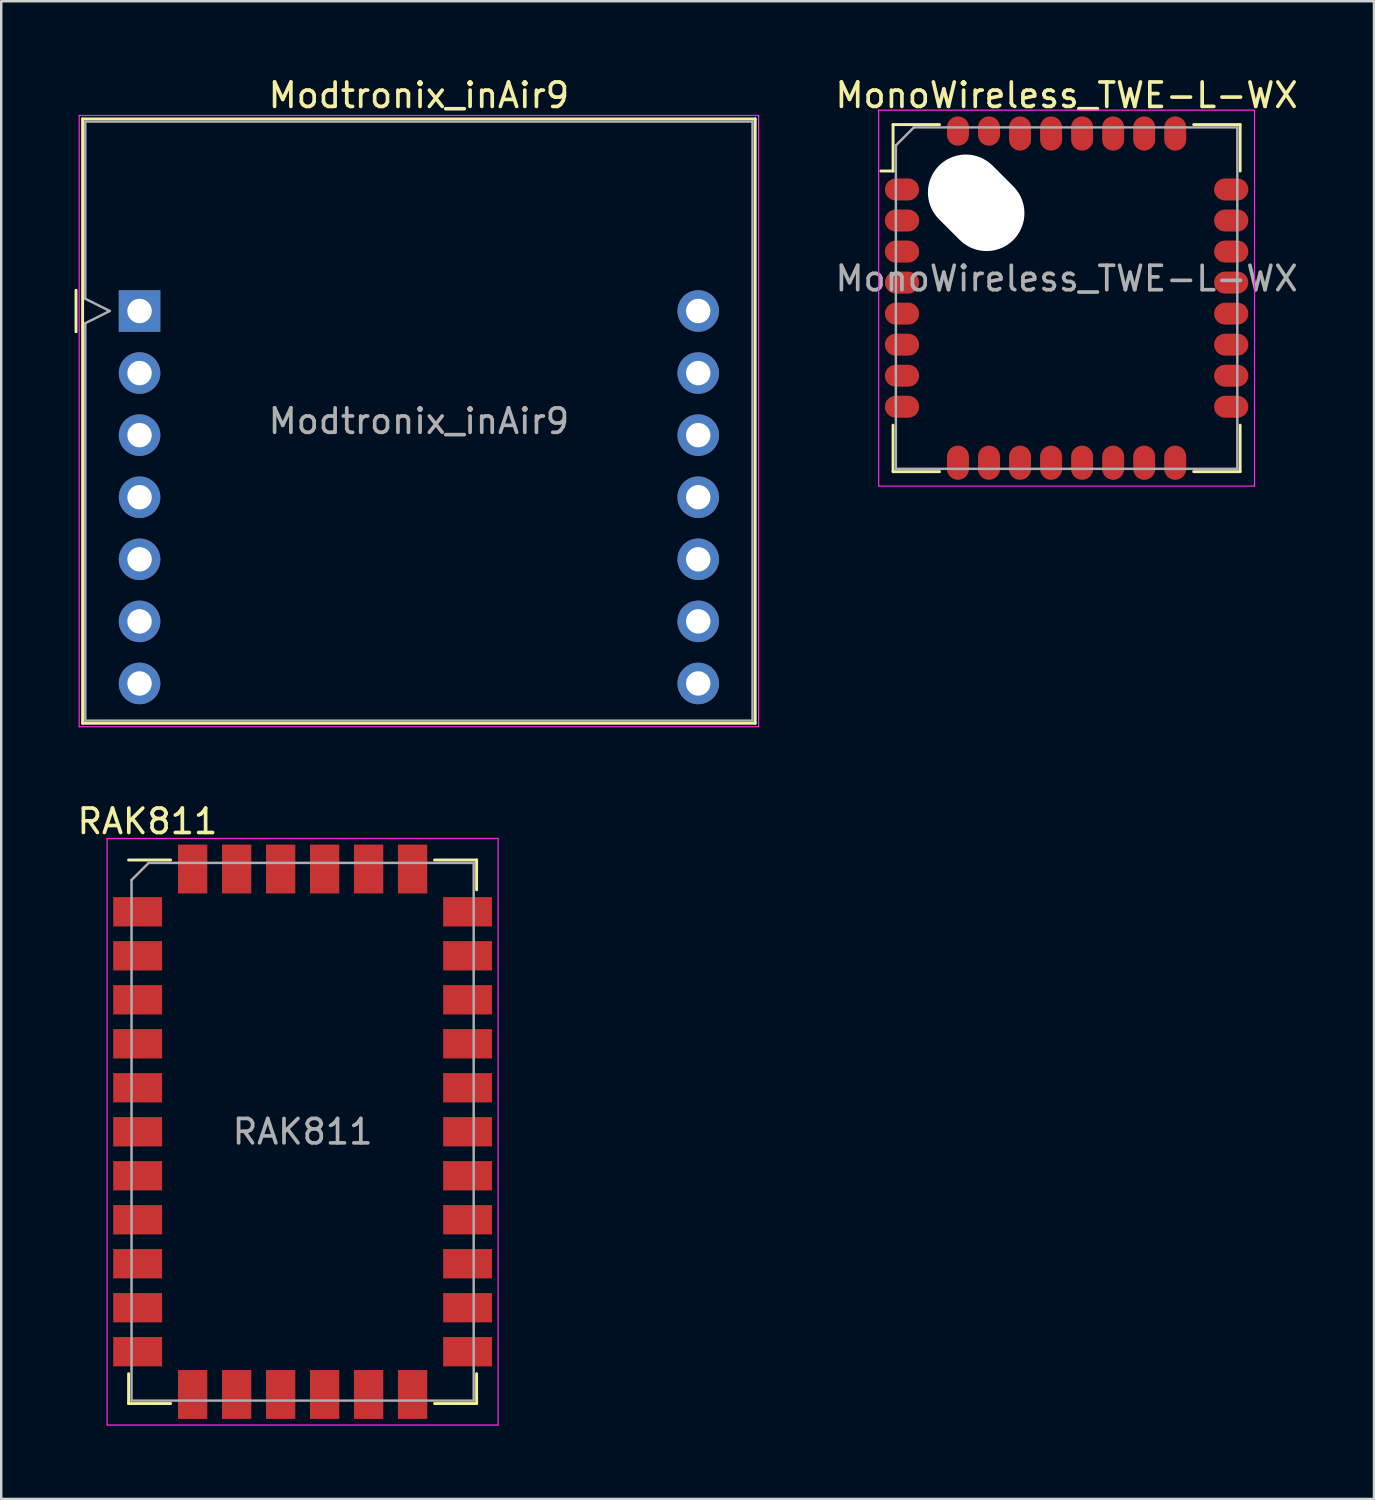
<source format=kicad_pcb>
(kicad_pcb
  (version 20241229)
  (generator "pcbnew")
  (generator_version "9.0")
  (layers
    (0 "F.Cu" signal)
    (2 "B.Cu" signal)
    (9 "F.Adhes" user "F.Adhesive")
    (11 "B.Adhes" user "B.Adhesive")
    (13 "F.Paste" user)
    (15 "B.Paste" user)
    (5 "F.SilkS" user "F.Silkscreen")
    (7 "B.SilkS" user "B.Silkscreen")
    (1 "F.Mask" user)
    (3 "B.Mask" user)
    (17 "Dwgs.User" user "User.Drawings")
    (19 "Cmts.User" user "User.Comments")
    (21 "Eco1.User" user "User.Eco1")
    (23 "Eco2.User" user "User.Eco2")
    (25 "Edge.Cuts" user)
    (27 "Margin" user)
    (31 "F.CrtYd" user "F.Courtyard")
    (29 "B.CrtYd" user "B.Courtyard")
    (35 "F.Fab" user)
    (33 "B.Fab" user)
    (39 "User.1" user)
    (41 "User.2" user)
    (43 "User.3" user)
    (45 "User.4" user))
  (footprint "Modtronix_inAir9"
    (layer "F.Cu")
    (at 2.66 9.675)
    (property "Reference" "Modtronix_inAir9" (at 11.43 -8.826 0) (layer "F.SilkS") (effects (font (size 1 1) (thickness 0.15))))
    (attr through_hole)
    (fp_line (start -2.6 -0.85) (end -2.6 0.85) (stroke (width 0.12) (type solid)) (layer "F.SilkS"))
    (fp_line (start -2.33 -7.86) (end 25.19 -7.86) (stroke (width 0.12) (type solid)) (layer "F.SilkS"))
    (fp_line (start -2.33 16.87) (end -2.33 -7.86) (stroke (width 0.12) (type solid)) (layer "F.SilkS"))
    (fp_line (start 25.19 -7.86) (end 25.19 16.87) (stroke (width 0.12) (type solid)) (layer "F.SilkS"))
    (fp_line (start 25.19 16.87) (end -2.33 16.87) (stroke (width 0.12) (type solid)) (layer "F.SilkS"))
    (fp_line (start -2.47 -8) (end 25.33 -8) (stroke (width 0.05) (type solid)) (layer "F.CrtYd"))
    (fp_line (start -2.47 17.01) (end -2.47 -8) (stroke (width 0.05) (type solid)) (layer "F.CrtYd"))
    (fp_line (start 25.33 -8) (end 25.33 17.01) (stroke (width 0.05) (type solid)) (layer "F.CrtYd"))
    (fp_line (start 25.33 17.01) (end -2.47 17.01) (stroke (width 0.05) (type solid)) (layer "F.CrtYd"))
    (fp_line (start -2.22 -7.75) (end 25.08 -7.75) (stroke (width 0.1) (type solid)) (layer "F.Fab"))
    (fp_line (start -2.22 -0.5) (end -2.22 -7.75) (stroke (width 0.1) (type solid)) (layer "F.Fab"))
    (fp_line (start -2.22 0.5) (end -1.22 0) (stroke (width 0.1) (type solid)) (layer "F.Fab"))
    (fp_line (start -2.22 16.76) (end -2.22 0.5) (stroke (width 0.1) (type solid)) (layer "F.Fab"))
    (fp_line (start -2.22 16.76) (end 25.08 16.76) (stroke (width 0.1) (type solid)) (layer "F.Fab"))
    (fp_line (start -1.22 0) (end -2.22 -0.5) (stroke (width 0.1) (type solid)) (layer "F.Fab"))
    (fp_line (start 25.08 -7.75) (end 25.08 16.76) (stroke (width 0.1) (type solid)) (layer "F.Fab"))
    (fp_text user "${REFERENCE}" (at 11.43 4.508 0) (layer "F.Fab") (effects (font (size 1 1) (thickness 0.15))))
    (pad "1" thru_hole rect (at 0 0) (size 1.7 1.7) (drill 1) (layers "*.Cu" "*.Mask"))
    (pad "2" thru_hole circle (at 0 2.54) (size 1.7 1.7) (drill 1) (layers "*.Cu" "*.Mask"))
    (pad "3" thru_hole circle (at 0 5.08) (size 1.7 1.7) (drill 1) (layers "*.Cu" "*.Mask"))
    (pad "4" thru_hole circle (at 0 7.62) (size 1.7 1.7) (drill 1) (layers "*.Cu" "*.Mask"))
    (pad "5" thru_hole circle (at 0 10.16) (size 1.7 1.7) (drill 1) (layers "*.Cu" "*.Mask"))
    (pad "6" thru_hole circle (at 0 12.7) (size 1.7 1.7) (drill 1) (layers "*.Cu" "*.Mask"))
    (pad "7" thru_hole circle (at 0 15.24) (size 1.7 1.7) (drill 1) (layers "*.Cu" "*.Mask"))
    (pad "8" thru_hole circle (at 22.86 15.24) (size 1.7 1.7) (drill 1) (layers "*.Cu" "*.Mask"))
    (pad "9" thru_hole circle (at 22.86 12.7) (size 1.7 1.7) (drill 1) (layers "*.Cu" "*.Mask"))
    (pad "10" thru_hole circle (at 22.86 10.16) (size 1.7 1.7) (drill 1) (layers "*.Cu" "*.Mask"))
    (pad "11" thru_hole circle (at 22.86 7.62) (size 1.7 1.7) (drill 1) (layers "*.Cu" "*.Mask"))
    (pad "12" thru_hole circle (at 22.86 5.08) (size 1.7 1.7) (drill 1) (layers "*.Cu" "*.Mask"))
    (pad "13" thru_hole circle (at 22.86 2.54) (size 1.7 1.7) (drill 1) (layers "*.Cu" "*.Mask"))
    (pad "14" thru_hole circle (at 22.86 0) (size 1.7 1.7) (drill 1) (layers "*.Cu" "*.Mask")))
  (footprint "RAK811"
    (layer "F.Cu")
    (at 9.332 43.258)
    (property "Reference" "RAK811" (at -6.35 -12.7 0) (layer "F.SilkS") (effects (font (size 1 1) (thickness 0.15))))
    (attr smd)
    (fp_line (start -7.12 -11.12) (end -5.4 -11.12) (stroke (width 0.12) (type solid)) (layer "F.SilkS"))
    (fp_line (start -7.12 11.12) (end -7.12 9.9) (stroke (width 0.12) (type solid)) (layer "F.SilkS"))
    (fp_line (start -5.4 11.12) (end -7.12 11.12) (stroke (width 0.12) (type solid)) (layer "F.SilkS"))
    (fp_line (start 5.4 -11.12) (end 7.12 -11.12) (stroke (width 0.12) (type solid)) (layer "F.SilkS"))
    (fp_line (start 5.4 11.12) (end 7.12 11.12) (stroke (width 0.12) (type solid)) (layer "F.SilkS"))
    (fp_line (start 7.12 -11.12) (end 7.12 -9.9) (stroke (width 0.12) (type solid)) (layer "F.SilkS"))
    (fp_line (start 7.12 9.9) (end 7.12 11.12) (stroke (width 0.12) (type solid)) (layer "F.SilkS"))
    (fp_line (start -8 -12) (end -8 12) (stroke (width 0.05) (type solid)) (layer "F.CrtYd"))
    (fp_line (start -8 -12) (end 8 -12) (stroke (width 0.05) (type solid)) (layer "F.CrtYd"))
    (fp_line (start -8 12) (end 8 12) (stroke (width 0.05) (type solid)) (layer "F.CrtYd"))
    (fp_line (start 8 -12) (end 8 12) (stroke (width 0.05) (type solid)) (layer "F.CrtYd"))
    (fp_line (start -7 -10.3) (end -7 11) (stroke (width 0.1) (type solid)) (layer "F.Fab"))
    (fp_line (start -6.3 -11) (end -7 -10.3) (stroke (width 0.1) (type solid)) (layer "F.Fab"))
    (fp_line (start 7 -11) (end -6.3 -11) (stroke (width 0.1) (type solid)) (layer "F.Fab"))
    (fp_line (start 7 -11) (end 7 11) (stroke (width 0.1) (type solid)) (layer "F.Fab"))
    (fp_line (start 7 11) (end -7 11) (stroke (width 0.1) (type solid)) (layer "F.Fab"))
    (fp_text user "${REFERENCE}" (at 0 0 0) (layer "F.Fab") (effects (font (size 1 1) (thickness 0.15))))
    (pad "1" smd rect (at -6.75 -9) (size 2 1.2) (layers "F.Cu" "F.Mask" "F.Paste"))
    (pad "2" smd rect (at -6.75 -7.2) (size 2 1.2) (layers "F.Cu" "F.Mask" "F.Paste"))
    (pad "3" smd rect (at -6.75 -5.4) (size 2 1.2) (layers "F.Cu" "F.Mask" "F.Paste"))
    (pad "4" smd rect (at -6.75 -3.6) (size 2 1.2) (layers "F.Cu" "F.Mask" "F.Paste"))
    (pad "5" smd rect (at -6.75 -1.8) (size 2 1.2) (layers "F.Cu" "F.Mask" "F.Paste"))
    (pad "6" smd rect (at -6.75 0) (size 2 1.2) (layers "F.Cu" "F.Mask" "F.Paste"))
    (pad "7" smd rect (at -6.75 1.8) (size 2 1.2) (layers "F.Cu" "F.Mask" "F.Paste"))
    (pad "8" smd rect (at -6.75 3.6) (size 2 1.2) (layers "F.Cu" "F.Mask" "F.Paste"))
    (pad "9" smd rect (at -6.75 5.4) (size 2 1.2) (layers "F.Cu" "F.Mask" "F.Paste"))
    (pad "10" smd rect (at -6.75 7.2) (size 2 1.2) (layers "F.Cu" "F.Mask" "F.Paste"))
    (pad "11" smd rect (at -6.75 9) (size 2 1.2) (layers "F.Cu" "F.Mask" "F.Paste"))
    (pad "12" smd rect (at -4.5 10.75) (size 1.2 2) (layers "F.Cu" "F.Mask" "F.Paste"))
    (pad "13" smd rect (at -2.7 10.75) (size 1.2 2) (layers "F.Cu" "F.Mask" "F.Paste"))
    (pad "14" smd rect (at -0.9 10.75) (size 1.2 2) (layers "F.Cu" "F.Mask" "F.Paste"))
    (pad "15" smd rect (at 0.9 10.75) (size 1.2 2) (layers "F.Cu" "F.Mask" "F.Paste"))
    (pad "16" smd rect (at 2.7 10.75) (size 1.2 2) (layers "F.Cu" "F.Mask" "F.Paste"))
    (pad "17" smd rect (at 4.5 10.75) (size 1.2 2) (layers "F.Cu" "F.Mask" "F.Paste"))
    (pad "18" smd rect (at 6.75 9) (size 2 1.2) (layers "F.Cu" "F.Mask" "F.Paste"))
    (pad "19" smd rect (at 6.75 7.2) (size 2 1.2) (layers "F.Cu" "F.Mask" "F.Paste"))
    (pad "20" smd rect (at 6.75 5.4) (size 2 1.2) (layers "F.Cu" "F.Mask" "F.Paste"))
    (pad "21" smd rect (at 6.75 3.6) (size 2 1.2) (layers "F.Cu" "F.Mask" "F.Paste"))
    (pad "22" smd rect (at 6.75 1.8) (size 2 1.2) (layers "F.Cu" "F.Mask" "F.Paste"))
    (pad "23" smd rect (at 6.75 0) (size 2 1.2) (layers "F.Cu" "F.Mask" "F.Paste"))
    (pad "24" smd rect (at 6.75 -1.8) (size 2 1.2) (layers "F.Cu" "F.Mask" "F.Paste"))
    (pad "25" smd rect (at 6.75 -3.6) (size 2 1.2) (layers "F.Cu" "F.Mask" "F.Paste"))
    (pad "26" smd rect (at 6.75 -5.4) (size 2 1.2) (layers "F.Cu" "F.Mask" "F.Paste"))
    (pad "27" smd rect (at 6.75 -7.2) (size 2 1.2) (layers "F.Cu" "F.Mask" "F.Paste"))
    (pad "28" smd rect (at 6.75 -9) (size 2 1.2) (layers "F.Cu" "F.Mask" "F.Paste"))
    (pad "29" smd rect (at 4.5 -10.75) (size 1.2 2) (layers "F.Cu" "F.Mask" "F.Paste"))
    (pad "30" smd rect (at 2.7 -10.75) (size 1.2 2) (layers "F.Cu" "F.Mask" "F.Paste"))
    (pad "31" smd rect (at 0.9 -10.75) (size 1.2 2) (layers "F.Cu" "F.Mask" "F.Paste"))
    (pad "32" smd rect (at -0.9 -10.75) (size 1.2 2) (layers "F.Cu" "F.Mask" "F.Paste"))
    (pad "33" smd rect (at -2.7 -10.75) (size 1.2 2) (layers "F.Cu" "F.Mask" "F.Paste"))
    (pad "34" smd rect (at -4.5 -10.75) (size 1.2 2) (layers "F.Cu" "F.Mask" "F.Paste")))
  (footprint "MonoWireless_TWE-L-WX"
    (layer "F.Cu")
    (at 40.592 9.148)
    (property "Reference" "MonoWireless_TWE-L-WX" (at 0 -8.3 0) (layer "F.SilkS") (effects (font (size 1 1) (thickness 0.15))))
    (attr smd)
    (fp_line (start -7.1 -7.1) (end -7.1 -5.2) (stroke (width 0.12) (type solid)) (layer "F.SilkS"))
    (fp_line (start -7.1 -5.2) (end -7.6 -5.2) (stroke (width 0.12) (type solid)) (layer "F.SilkS"))
    (fp_line (start -7.1 5.2) (end -7.1 7.1) (stroke (width 0.12) (type solid)) (layer "F.SilkS"))
    (fp_line (start -7.1 7.1) (end -5.2 7.1) (stroke (width 0.12) (type solid)) (layer "F.SilkS"))
    (fp_line (start -5.2 -7.1) (end -7.1 -7.1) (stroke (width 0.12) (type solid)) (layer "F.SilkS"))
    (fp_line (start 5.2 -7.1) (end 7.1 -7.1) (stroke (width 0.12) (type solid)) (layer "F.SilkS"))
    (fp_line (start 5.2 7.1) (end 7.1 7.1) (stroke (width 0.12) (type solid)) (layer "F.SilkS"))
    (fp_line (start 7.1 -7.1) (end 7.1 -5.2) (stroke (width 0.12) (type solid)) (layer "F.SilkS"))
    (fp_line (start 7.1 7.1) (end 7.1 5.2) (stroke (width 0.12) (type solid)) (layer "F.SilkS"))
    (fp_line (start -7.69 -7.69) (end -7.69 7.69) (stroke (width 0.05) (type solid)) (layer "F.CrtYd"))
    (fp_line (start -7.69 7.69) (end 7.69 7.69) (stroke (width 0.05) (type solid)) (layer "F.CrtYd"))
    (fp_line (start 7.69 -7.69) (end -7.69 -7.69) (stroke (width 0.05) (type solid)) (layer "F.CrtYd"))
    (fp_line (start 7.69 7.69) (end 7.69 -7.69) (stroke (width 0.05) (type solid)) (layer "F.CrtYd"))
    (fp_line (start -6.985 -6.25) (end -6.985 6.985) (stroke (width 0.1) (type solid)) (layer "F.Fab"))
    (fp_line (start -6.985 6.985) (end 6.985 6.985) (stroke (width 0.1) (type solid)) (layer "F.Fab"))
    (fp_line (start -6.25 -6.985) (end -6.985 -6.25) (stroke (width 0.1) (type solid)) (layer "F.Fab"))
    (fp_line (start 6.985 -6.985) (end -6.25 -6.985) (stroke (width 0.1) (type solid)) (layer "F.Fab"))
    (fp_line (start 6.985 6.985) (end 6.985 -6.985) (stroke (width 0.1) (type solid)) (layer "F.Fab"))
    (fp_text user "${REFERENCE}" (at 0 -0.8 0) (layer "F.Fab") (effects (font (size 1 1) (thickness 0.15))))
    (pad "" np_thru_hole oval (at -3.7 -3.9 315) (size 4.3 3.1) (drill oval 4.3 3.1) (layers "*.Cu" "*.Mask"))
    (pad "1" smd oval (at -6.735 -4.445 90) (size 0.9 1.4) (layers "F.Cu" "F.Mask" "F.Paste"))
    (pad "2" smd oval (at -6.735 -3.175 90) (size 0.9 1.4) (layers "F.Cu" "F.Mask" "F.Paste"))
    (pad "3" smd oval (at -6.735 -1.905 90) (size 0.9 1.4) (layers "F.Cu" "F.Mask" "F.Paste"))
    (pad "4" smd oval (at -6.735 -0.635 90) (size 0.9 1.4) (layers "F.Cu" "F.Mask" "F.Paste"))
    (pad "5" smd oval (at -6.735 0.635 90) (size 0.9 1.4) (layers "F.Cu" "F.Mask" "F.Paste"))
    (pad "6" smd oval (at -6.735 1.905 90) (size 0.9 1.4) (layers "F.Cu" "F.Mask" "F.Paste"))
    (pad "7" smd oval (at -6.735 3.175 90) (size 0.9 1.4) (layers "F.Cu" "F.Mask" "F.Paste"))
    (pad "8" smd oval (at -6.735 4.445 90) (size 0.9 1.4) (layers "F.Cu" "F.Mask" "F.Paste"))
    (pad "9" smd oval (at -4.445 6.735) (size 0.9 1.4) (layers "F.Cu" "F.Mask" "F.Paste"))
    (pad "10" smd oval (at -3.175 6.735) (size 0.9 1.4) (layers "F.Cu" "F.Mask" "F.Paste"))
    (pad "11" smd oval (at -1.905 6.735) (size 0.9 1.4) (layers "F.Cu" "F.Mask" "F.Paste"))
    (pad "12" smd oval (at -0.635 6.735) (size 0.9 1.4) (layers "F.Cu" "F.Mask" "F.Paste"))
    (pad "13" smd oval (at 0.635 6.735) (size 0.9 1.4) (layers "F.Cu" "F.Mask" "F.Paste"))
    (pad "14" smd oval (at 1.905 6.735) (size 0.9 1.4) (layers "F.Cu" "F.Mask" "F.Paste"))
    (pad "15" smd oval (at 3.175 6.735) (size 0.9 1.4) (layers "F.Cu" "F.Mask" "F.Paste"))
    (pad "16" smd oval (at 4.445 6.735) (size 0.9 1.4) (layers "F.Cu" "F.Mask" "F.Paste"))
    (pad "17" smd oval (at 6.735 4.445 90) (size 0.9 1.4) (layers "F.Cu" "F.Mask" "F.Paste"))
    (pad "18" smd oval (at 6.735 3.175 90) (size 0.9 1.4) (layers "F.Cu" "F.Mask" "F.Paste"))
    (pad "19" smd oval (at 6.735 1.905 90) (size 0.9 1.4) (layers "F.Cu" "F.Mask" "F.Paste"))
    (pad "20" smd oval (at 6.735 0.635 90) (size 0.9 1.4) (layers "F.Cu" "F.Mask" "F.Paste"))
    (pad "21" smd oval (at 6.735 -0.635 90) (size 0.9 1.4) (layers "F.Cu" "F.Mask" "F.Paste"))
    (pad "22" smd oval (at 6.735 -1.905 90) (size 0.9 1.4) (layers "F.Cu" "F.Mask" "F.Paste"))
    (pad "23" smd oval (at 6.735 -3.175 90) (size 0.9 1.4) (layers "F.Cu" "F.Mask" "F.Paste"))
    (pad "24" smd oval (at 6.735 -4.445 90) (size 0.9 1.4) (layers "F.Cu" "F.Mask" "F.Paste"))
    (pad "25" smd oval (at 4.445 -6.735) (size 0.9 1.4) (layers "F.Cu" "F.Mask" "F.Paste"))
    (pad "26" smd oval (at 3.175 -6.735) (size 0.9 1.4) (layers "F.Cu" "F.Mask" "F.Paste"))
    (pad "27" smd oval (at 1.905 -6.735) (size 0.9 1.4) (layers "F.Cu" "F.Mask" "F.Paste"))
    (pad "28" smd oval (at 0.635 -6.735) (size 0.9 1.4) (layers "F.Cu" "F.Mask" "F.Paste"))
    (pad "29" smd oval (at -0.635 -6.735) (size 0.9 1.4) (layers "F.Cu" "F.Mask" "F.Paste"))
    (pad "30" smd oval (at -1.905 -6.735) (size 0.9 1.4) (layers "F.Cu" "F.Mask" "F.Paste"))
    (pad "31" smd oval (at -3.175 -6.835) (size 0.9 1.2) (layers "F.Cu" "F.Mask" "F.Paste"))
    (pad "32" smd oval (at -4.445 -6.835) (size 0.9 1.2) (layers "F.Cu" "F.Mask" "F.Paste")))
  (gr_rect
    (start -3 -3)
    (end 53.17 58.283)
    (stroke (width 0.1) (type default))
    (fill no)
    (layer "Edge.Cuts")))
</source>
